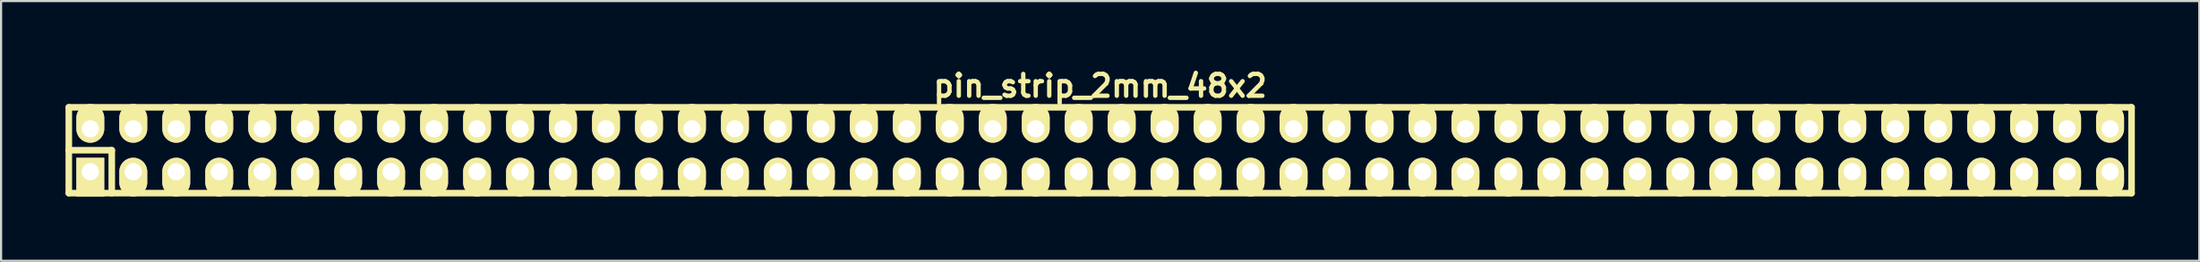
<source format=kicad_pcb>
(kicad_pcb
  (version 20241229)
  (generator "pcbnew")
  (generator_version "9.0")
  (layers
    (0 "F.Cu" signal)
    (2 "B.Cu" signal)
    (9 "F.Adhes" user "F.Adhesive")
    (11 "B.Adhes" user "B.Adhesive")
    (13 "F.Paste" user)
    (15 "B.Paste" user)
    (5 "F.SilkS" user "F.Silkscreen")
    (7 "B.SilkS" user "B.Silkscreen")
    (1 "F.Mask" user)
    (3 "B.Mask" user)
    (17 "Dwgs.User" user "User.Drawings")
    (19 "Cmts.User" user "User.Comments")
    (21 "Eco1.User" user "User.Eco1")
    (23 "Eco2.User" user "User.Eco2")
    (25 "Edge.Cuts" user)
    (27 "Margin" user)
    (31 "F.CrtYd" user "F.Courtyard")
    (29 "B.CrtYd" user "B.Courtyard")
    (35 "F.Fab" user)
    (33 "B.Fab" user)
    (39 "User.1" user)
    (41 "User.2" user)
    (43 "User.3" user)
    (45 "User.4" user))
  (footprint "pin_strip_2mm_48x2"
    (layer "F.Cu")
    (at 48.152 3.951)
    (property "Reference" "pin_strip_2mm_48x2" (at 0 -3 0) (layer "F.SilkS") (effects (font (size 1.016 1.016) (thickness 0.203))))
    (attr through_hole)
    (fp_line (start -48 -2) (end 48 -2) (stroke (width 0.305) (type solid)) (layer "F.SilkS"))
    (fp_line (start -48 0) (end -46 0) (stroke (width 0.305) (type solid)) (layer "F.SilkS"))
    (fp_line (start -48 2) (end -48 -2) (stroke (width 0.305) (type solid)) (layer "F.SilkS"))
    (fp_line (start -46 0) (end -46 2) (stroke (width 0.305) (type solid)) (layer "F.SilkS"))
    (fp_line (start 48 -2) (end 48 2) (stroke (width 0.305) (type solid)) (layer "F.SilkS"))
    (fp_line (start 48 2) (end -48 2) (stroke (width 0.305) (type solid)) (layer "F.SilkS"))
    (pad "1" thru_hole rect (at -47 1) (size 1.3 1.8) (drill 0.8 (offset 0 0.25)) (layers "*.Cu" "*.Mask" "F.SilkS"))
    (pad "2" thru_hole oval (at -47 -1) (size 1.3 1.8) (drill 0.8 (offset 0 -0.25)) (layers "*.Cu" "*.Mask" "F.SilkS"))
    (pad "3" thru_hole oval (at -45 1) (size 1.3 1.8) (drill 0.8 (offset 0 0.25)) (layers "*.Cu" "*.Mask" "F.SilkS"))
    (pad "4" thru_hole oval (at -45 -1) (size 1.3 1.8) (drill 0.8 (offset 0 -0.25)) (layers "*.Cu" "*.Mask" "F.SilkS"))
    (pad "5" thru_hole oval (at -43 1) (size 1.3 1.8) (drill 0.8 (offset 0 0.25)) (layers "*.Cu" "*.Mask" "F.SilkS"))
    (pad "6" thru_hole oval (at -43 -1) (size 1.3 1.8) (drill 0.8 (offset 0 -0.25)) (layers "*.Cu" "*.Mask" "F.SilkS"))
    (pad "7" thru_hole oval (at -41 1) (size 1.3 1.8) (drill 0.8 (offset 0 0.25)) (layers "*.Cu" "*.Mask" "F.SilkS"))
    (pad "8" thru_hole oval (at -41 -1) (size 1.3 1.8) (drill 0.8 (offset 0 -0.25)) (layers "*.Cu" "*.Mask" "F.SilkS"))
    (pad "9" thru_hole oval (at -39 1) (size 1.3 1.8) (drill 0.8 (offset 0 0.25)) (layers "*.Cu" "*.Mask" "F.SilkS"))
    (pad "10" thru_hole oval (at -39 -1) (size 1.3 1.8) (drill 0.8 (offset 0 -0.25)) (layers "*.Cu" "*.Mask" "F.SilkS"))
    (pad "11" thru_hole oval (at -37 1) (size 1.3 1.8) (drill 0.8 (offset 0 0.25)) (layers "*.Cu" "*.Mask" "F.SilkS"))
    (pad "12" thru_hole oval (at -37 -1) (size 1.3 1.8) (drill 0.8 (offset 0 -0.25)) (layers "*.Cu" "*.Mask" "F.SilkS"))
    (pad "13" thru_hole oval (at -35 1) (size 1.3 1.8) (drill 0.8 (offset 0 0.25)) (layers "*.Cu" "*.Mask" "F.SilkS"))
    (pad "14" thru_hole oval (at -35 -1) (size 1.3 1.8) (drill 0.8 (offset 0 -0.25)) (layers "*.Cu" "*.Mask" "F.SilkS"))
    (pad "15" thru_hole oval (at -33 1) (size 1.3 1.8) (drill 0.8 (offset 0 0.25)) (layers "*.Cu" "*.Mask" "F.SilkS"))
    (pad "16" thru_hole oval (at -33 -1) (size 1.3 1.8) (drill 0.8 (offset 0 -0.25)) (layers "*.Cu" "*.Mask" "F.SilkS"))
    (pad "17" thru_hole oval (at -31 1) (size 1.3 1.8) (drill 0.8 (offset 0 0.25)) (layers "*.Cu" "*.Mask" "F.SilkS"))
    (pad "18" thru_hole oval (at -31 -1) (size 1.3 1.8) (drill 0.8 (offset 0 -0.25)) (layers "*.Cu" "*.Mask" "F.SilkS"))
    (pad "19" thru_hole oval (at -29 1) (size 1.3 1.8) (drill 0.8 (offset 0 0.25)) (layers "*.Cu" "*.Mask" "F.SilkS"))
    (pad "20" thru_hole oval (at -29 -1) (size 1.3 1.8) (drill 0.8 (offset 0 -0.25)) (layers "*.Cu" "*.Mask" "F.SilkS"))
    (pad "21" thru_hole oval (at -27 1) (size 1.3 1.8) (drill 0.8 (offset 0 0.25)) (layers "*.Cu" "*.Mask" "F.SilkS"))
    (pad "22" thru_hole oval (at -27 -1) (size 1.3 1.8) (drill 0.8 (offset 0 -0.25)) (layers "*.Cu" "*.Mask" "F.SilkS"))
    (pad "23" thru_hole oval (at -25 1) (size 1.3 1.8) (drill 0.8 (offset 0 0.25)) (layers "*.Cu" "*.Mask" "F.SilkS"))
    (pad "24" thru_hole oval (at -25 -1) (size 1.3 1.8) (drill 0.8 (offset 0 -0.25)) (layers "*.Cu" "*.Mask" "F.SilkS"))
    (pad "25" thru_hole oval (at -23 1) (size 1.3 1.8) (drill 0.8 (offset 0 0.25)) (layers "*.Cu" "*.Mask" "F.SilkS"))
    (pad "26" thru_hole oval (at -23 -1) (size 1.3 1.8) (drill 0.8 (offset 0 -0.25)) (layers "*.Cu" "*.Mask" "F.SilkS"))
    (pad "27" thru_hole oval (at -21 1) (size 1.3 1.8) (drill 0.8 (offset 0 0.25)) (layers "*.Cu" "*.Mask" "F.SilkS"))
    (pad "28" thru_hole oval (at -21 -1) (size 1.3 1.8) (drill 0.8 (offset 0 -0.25)) (layers "*.Cu" "*.Mask" "F.SilkS"))
    (pad "29" thru_hole oval (at -19 1) (size 1.3 1.8) (drill 0.8 (offset 0 0.25)) (layers "*.Cu" "*.Mask" "F.SilkS"))
    (pad "30" thru_hole oval (at -19 -1) (size 1.3 1.8) (drill 0.8 (offset 0 -0.25)) (layers "*.Cu" "*.Mask" "F.SilkS"))
    (pad "31" thru_hole oval (at -17 1) (size 1.3 1.8) (drill 0.8 (offset 0 0.25)) (layers "*.Cu" "*.Mask" "F.SilkS"))
    (pad "32" thru_hole oval (at -17 -1) (size 1.3 1.8) (drill 0.8 (offset 0 -0.25)) (layers "*.Cu" "*.Mask" "F.SilkS"))
    (pad "33" thru_hole oval (at -15 1) (size 1.3 1.8) (drill 0.8 (offset 0 0.25)) (layers "*.Cu" "*.Mask" "F.SilkS"))
    (pad "34" thru_hole oval (at -15 -1) (size 1.3 1.8) (drill 0.8 (offset 0 -0.25)) (layers "*.Cu" "*.Mask" "F.SilkS"))
    (pad "35" thru_hole oval (at -13 1) (size 1.3 1.8) (drill 0.8 (offset 0 0.25)) (layers "*.Cu" "*.Mask" "F.SilkS"))
    (pad "36" thru_hole oval (at -13 -1) (size 1.3 1.8) (drill 0.8 (offset 0 -0.25)) (layers "*.Cu" "*.Mask" "F.SilkS"))
    (pad "37" thru_hole oval (at -11 1) (size 1.3 1.8) (drill 0.8 (offset 0 0.25)) (layers "*.Cu" "*.Mask" "F.SilkS"))
    (pad "38" thru_hole oval (at -11 -1) (size 1.3 1.8) (drill 0.8 (offset 0 -0.25)) (layers "*.Cu" "*.Mask" "F.SilkS"))
    (pad "39" thru_hole oval (at -9 1) (size 1.3 1.8) (drill 0.8 (offset 0 0.25)) (layers "*.Cu" "*.Mask" "F.SilkS"))
    (pad "40" thru_hole oval (at -9 -1) (size 1.3 1.8) (drill 0.8 (offset 0 -0.25)) (layers "*.Cu" "*.Mask" "F.SilkS"))
    (pad "41" thru_hole oval (at -7 1) (size 1.3 1.8) (drill 0.8 (offset 0 0.25)) (layers "*.Cu" "*.Mask" "F.SilkS"))
    (pad "42" thru_hole oval (at -7 -1) (size 1.3 1.8) (drill 0.8 (offset 0 -0.25)) (layers "*.Cu" "*.Mask" "F.SilkS"))
    (pad "43" thru_hole oval (at -5 1) (size 1.3 1.8) (drill 0.8 (offset 0 0.25)) (layers "*.Cu" "*.Mask" "F.SilkS"))
    (pad "44" thru_hole oval (at -5 -1) (size 1.3 1.8) (drill 0.8 (offset 0 -0.25)) (layers "*.Cu" "*.Mask" "F.SilkS"))
    (pad "45" thru_hole oval (at -3 1) (size 1.3 1.8) (drill 0.8 (offset 0 0.25)) (layers "*.Cu" "*.Mask" "F.SilkS"))
    (pad "46" thru_hole oval (at -3 -1) (size 1.3 1.8) (drill 0.8 (offset 0 -0.25)) (layers "*.Cu" "*.Mask" "F.SilkS"))
    (pad "47" thru_hole oval (at -1 1) (size 1.3 1.8) (drill 0.8 (offset 0 0.25)) (layers "*.Cu" "*.Mask" "F.SilkS"))
    (pad "48" thru_hole oval (at -1 -1) (size 1.3 1.8) (drill 0.8 (offset 0 -0.25)) (layers "*.Cu" "*.Mask" "F.SilkS"))
    (pad "49" thru_hole oval (at 1 1) (size 1.3 1.8) (drill 0.8 (offset 0 0.25)) (layers "*.Cu" "*.Mask" "F.SilkS"))
    (pad "50" thru_hole oval (at 1 -1) (size 1.3 1.8) (drill 0.8 (offset 0 -0.25)) (layers "*.Cu" "*.Mask" "F.SilkS"))
    (pad "51" thru_hole oval (at 3 1) (size 1.3 1.8) (drill 0.8 (offset 0 0.25)) (layers "*.Cu" "*.Mask" "F.SilkS"))
    (pad "52" thru_hole oval (at 3 -1) (size 1.3 1.8) (drill 0.8 (offset 0 -0.25)) (layers "*.Cu" "*.Mask" "F.SilkS"))
    (pad "53" thru_hole oval (at 5 1) (size 1.3 1.8) (drill 0.8 (offset 0 0.25)) (layers "*.Cu" "*.Mask" "F.SilkS"))
    (pad "54" thru_hole oval (at 5 -1) (size 1.3 1.8) (drill 0.8 (offset 0 -0.25)) (layers "*.Cu" "*.Mask" "F.SilkS"))
    (pad "55" thru_hole oval (at 7 1) (size 1.3 1.8) (drill 0.8 (offset 0 0.25)) (layers "*.Cu" "*.Mask" "F.SilkS"))
    (pad "56" thru_hole oval (at 7 -1) (size 1.3 1.8) (drill 0.8 (offset 0 -0.25)) (layers "*.Cu" "*.Mask" "F.SilkS"))
    (pad "57" thru_hole oval (at 9 1) (size 1.3 1.8) (drill 0.8 (offset 0 0.25)) (layers "*.Cu" "*.Mask" "F.SilkS"))
    (pad "58" thru_hole oval (at 9 -1) (size 1.3 1.8) (drill 0.8 (offset 0 -0.25)) (layers "*.Cu" "*.Mask" "F.SilkS"))
    (pad "59" thru_hole oval (at 11 1) (size 1.3 1.8) (drill 0.8 (offset 0 0.25)) (layers "*.Cu" "*.Mask" "F.SilkS"))
    (pad "60" thru_hole oval (at 11 -1) (size 1.3 1.8) (drill 0.8 (offset 0 -0.25)) (layers "*.Cu" "*.Mask" "F.SilkS"))
    (pad "61" thru_hole oval (at 13 1) (size 1.3 1.8) (drill 0.8 (offset 0 0.25)) (layers "*.Cu" "*.Mask" "F.SilkS"))
    (pad "62" thru_hole oval (at 13 -1) (size 1.3 1.8) (drill 0.8 (offset 0 -0.25)) (layers "*.Cu" "*.Mask" "F.SilkS"))
    (pad "63" thru_hole oval (at 15 1) (size 1.3 1.8) (drill 0.8 (offset 0 0.25)) (layers "*.Cu" "*.Mask" "F.SilkS"))
    (pad "64" thru_hole oval (at 15 -1) (size 1.3 1.8) (drill 0.8 (offset 0 -0.25)) (layers "*.Cu" "*.Mask" "F.SilkS"))
    (pad "65" thru_hole oval (at 17 1) (size 1.3 1.8) (drill 0.8 (offset 0 0.25)) (layers "*.Cu" "*.Mask" "F.SilkS"))
    (pad "66" thru_hole oval (at 17 -1) (size 1.3 1.8) (drill 0.8 (offset 0 -0.25)) (layers "*.Cu" "*.Mask" "F.SilkS"))
    (pad "67" thru_hole oval (at 19 1) (size 1.3 1.8) (drill 0.8 (offset 0 0.25)) (layers "*.Cu" "*.Mask" "F.SilkS"))
    (pad "68" thru_hole oval (at 19 -1) (size 1.3 1.8) (drill 0.8 (offset 0 -0.25)) (layers "*.Cu" "*.Mask" "F.SilkS"))
    (pad "69" thru_hole oval (at 21 1) (size 1.3 1.8) (drill 0.8 (offset 0 0.25)) (layers "*.Cu" "*.Mask" "F.SilkS"))
    (pad "70" thru_hole oval (at 21 -1) (size 1.3 1.8) (drill 0.8 (offset 0 -0.25)) (layers "*.Cu" "*.Mask" "F.SilkS"))
    (pad "71" thru_hole oval (at 23 1) (size 1.3 1.8) (drill 0.8 (offset 0 0.25)) (layers "*.Cu" "*.Mask" "F.SilkS"))
    (pad "72" thru_hole oval (at 23 -1) (size 1.3 1.8) (drill 0.8 (offset 0 -0.25)) (layers "*.Cu" "*.Mask" "F.SilkS"))
    (pad "73" thru_hole oval (at 25 1) (size 1.3 1.8) (drill 0.8 (offset 0 0.25)) (layers "*.Cu" "*.Mask" "F.SilkS"))
    (pad "74" thru_hole oval (at 25 -1) (size 1.3 1.8) (drill 0.8 (offset 0 -0.25)) (layers "*.Cu" "*.Mask" "F.SilkS"))
    (pad "75" thru_hole oval (at 27 1) (size 1.3 1.8) (drill 0.8 (offset 0 0.25)) (layers "*.Cu" "*.Mask" "F.SilkS"))
    (pad "76" thru_hole oval (at 27 -1) (size 1.3 1.8) (drill 0.8 (offset 0 -0.25)) (layers "*.Cu" "*.Mask" "F.SilkS"))
    (pad "77" thru_hole oval (at 29 1) (size 1.3 1.8) (drill 0.8 (offset 0 0.25)) (layers "*.Cu" "*.Mask" "F.SilkS"))
    (pad "78" thru_hole oval (at 29 -1) (size 1.3 1.8) (drill 0.8 (offset 0 -0.25)) (layers "*.Cu" "*.Mask" "F.SilkS"))
    (pad "79" thru_hole oval (at 31 1) (size 1.3 1.8) (drill 0.8 (offset 0 0.25)) (layers "*.Cu" "*.Mask" "F.SilkS"))
    (pad "80" thru_hole oval (at 31 -1) (size 1.3 1.8) (drill 0.8 (offset 0 -0.25)) (layers "*.Cu" "*.Mask" "F.SilkS"))
    (pad "81" thru_hole oval (at 33 1) (size 1.3 1.8) (drill 0.8 (offset 0 0.25)) (layers "*.Cu" "*.Mask" "F.SilkS"))
    (pad "82" thru_hole oval (at 33 -1) (size 1.3 1.8) (drill 0.8 (offset 0 -0.25)) (layers "*.Cu" "*.Mask" "F.SilkS"))
    (pad "83" thru_hole oval (at 35 1) (size 1.3 1.8) (drill 0.8 (offset 0 0.25)) (layers "*.Cu" "*.Mask" "F.SilkS"))
    (pad "84" thru_hole oval (at 35 -1) (size 1.3 1.8) (drill 0.8 (offset 0 -0.25)) (layers "*.Cu" "*.Mask" "F.SilkS"))
    (pad "85" thru_hole oval (at 37 1) (size 1.3 1.8) (drill 0.8 (offset 0 0.25)) (layers "*.Cu" "*.Mask" "F.SilkS"))
    (pad "86" thru_hole oval (at 37 -1) (size 1.3 1.8) (drill 0.8 (offset 0 -0.25)) (layers "*.Cu" "*.Mask" "F.SilkS"))
    (pad "87" thru_hole oval (at 39 1) (size 1.3 1.8) (drill 0.8 (offset 0 0.25)) (layers "*.Cu" "*.Mask" "F.SilkS"))
    (pad "88" thru_hole oval (at 39 -1) (size 1.3 1.8) (drill 0.8 (offset 0 -0.25)) (layers "*.Cu" "*.Mask" "F.SilkS"))
    (pad "89" thru_hole oval (at 41 1) (size 1.3 1.8) (drill 0.8 (offset 0 0.25)) (layers "*.Cu" "*.Mask" "F.SilkS"))
    (pad "90" thru_hole oval (at 41 -1) (size 1.3 1.8) (drill 0.8 (offset 0 -0.25)) (layers "*.Cu" "*.Mask" "F.SilkS"))
    (pad "91" thru_hole oval (at 43 1) (size 1.3 1.8) (drill 0.8 (offset 0 0.25)) (layers "*.Cu" "*.Mask" "F.SilkS"))
    (pad "92" thru_hole oval (at 43 -1) (size 1.3 1.8) (drill 0.8 (offset 0 -0.25)) (layers "*.Cu" "*.Mask" "F.SilkS"))
    (pad "93" thru_hole oval (at 45 1) (size 1.3 1.8) (drill 0.8 (offset 0 0.25)) (layers "*.Cu" "*.Mask" "F.SilkS"))
    (pad "94" thru_hole oval (at 45 -1) (size 1.3 1.8) (drill 0.8 (offset 0 -0.25)) (layers "*.Cu" "*.Mask" "F.SilkS"))
    (pad "95" thru_hole oval (at 47 1) (size 1.3 1.8) (drill 0.8 (offset 0 0.25)) (layers "*.Cu" "*.Mask" "F.SilkS"))
    (pad "96" thru_hole oval (at 47 -1) (size 1.3 1.8) (drill 0.8 (offset 0 -0.25)) (layers "*.Cu" "*.Mask" "F.SilkS")))
  (gr_rect
    (start -3 -3)
    (end 99.305 9.103)
    (stroke (width 0.1) (type default))
    (fill no)
    (layer "Edge.Cuts")))
</source>
